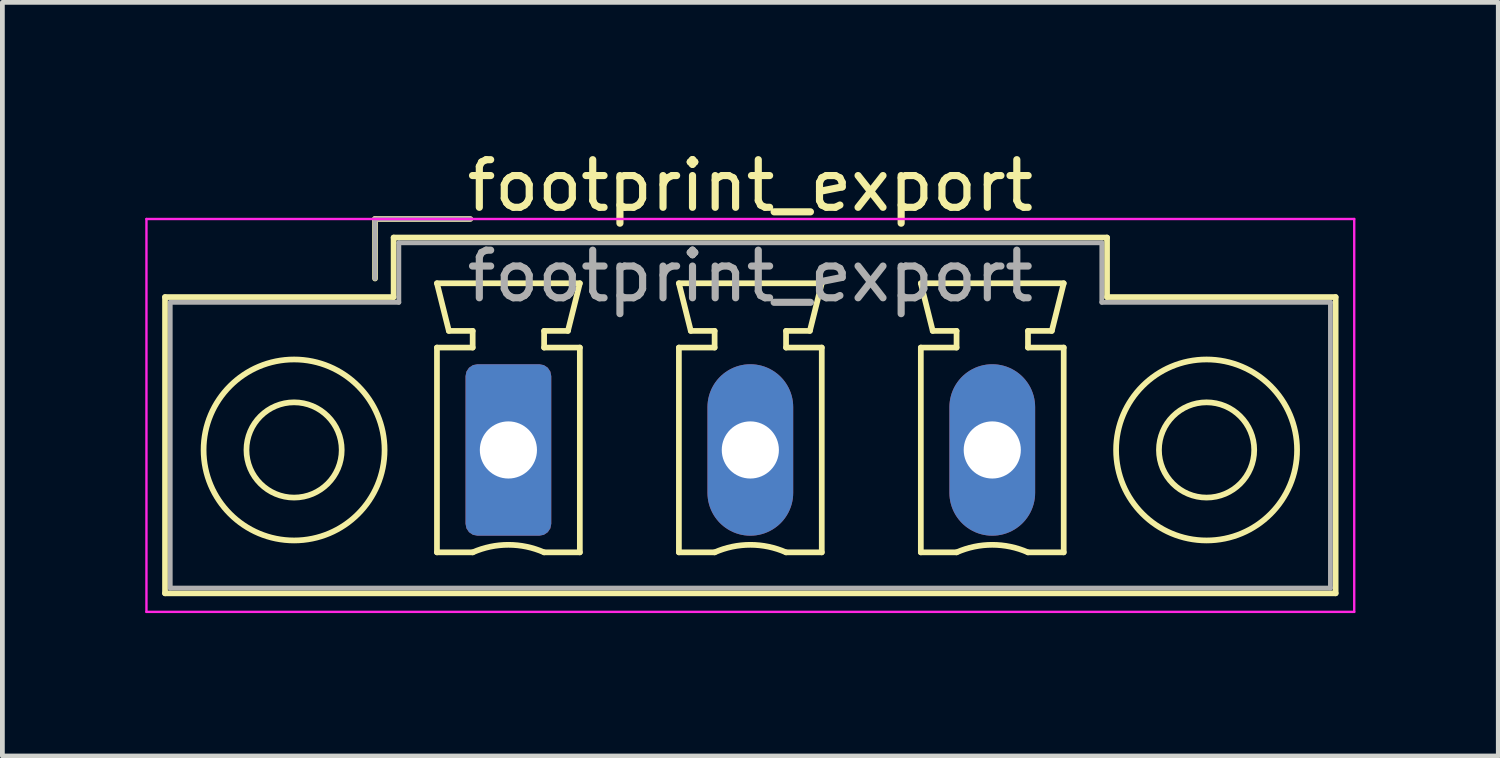
<source format=kicad_pcb>
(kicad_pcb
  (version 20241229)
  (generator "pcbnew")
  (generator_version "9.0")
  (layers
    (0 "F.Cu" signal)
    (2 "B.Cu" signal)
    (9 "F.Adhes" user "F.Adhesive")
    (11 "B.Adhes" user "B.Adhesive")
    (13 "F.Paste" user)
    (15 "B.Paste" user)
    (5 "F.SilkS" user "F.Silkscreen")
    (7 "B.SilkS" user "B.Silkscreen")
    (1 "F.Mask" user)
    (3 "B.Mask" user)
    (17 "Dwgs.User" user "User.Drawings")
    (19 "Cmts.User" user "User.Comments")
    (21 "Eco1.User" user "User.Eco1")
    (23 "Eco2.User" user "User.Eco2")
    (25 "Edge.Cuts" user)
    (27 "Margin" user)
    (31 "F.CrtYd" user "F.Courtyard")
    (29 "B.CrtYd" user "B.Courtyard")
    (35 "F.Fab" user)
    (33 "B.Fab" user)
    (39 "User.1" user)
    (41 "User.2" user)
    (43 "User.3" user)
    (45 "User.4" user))
  (footprint "footprint_export"
    (layer "F.Cu")
    (at 7.625 6.398)
    (property "Reference" "footprint_export" (at 5.08 -5.55 0) (layer "F.SilkS") (effects (font (size 1 1) (thickness 0.15))))
    (attr through_hole)
    (fp_line (start -7.21 -3.21) (end -7.21 3.01) (stroke (width 0.12) (type solid)) (layer "F.SilkS"))
    (fp_line (start -7.21 3.01) (end 17.37 3.01) (stroke (width 0.12) (type solid)) (layer "F.SilkS"))
    (fp_line (start -2.8 -4.85) (end -0.8 -4.85) (stroke (width 0.12) (type solid)) (layer "F.SilkS"))
    (fp_line (start -2.8 -3.6) (end -2.8 -4.85) (stroke (width 0.12) (type solid)) (layer "F.SilkS"))
    (fp_line (start -2.41 -4.46) (end -2.41 -3.21) (stroke (width 0.12) (type solid)) (layer "F.SilkS"))
    (fp_line (start -2.41 -3.21) (end -7.21 -3.21) (stroke (width 0.12) (type solid)) (layer "F.SilkS"))
    (fp_line (start -1.5 -3.5) (end 1.5 -3.5) (stroke (width 0.12) (type solid)) (layer "F.SilkS"))
    (fp_line (start -1.5 -2.15) (end -0.75 -2.15) (stroke (width 0.12) (type solid)) (layer "F.SilkS"))
    (fp_line (start -1.5 2.15) (end -1.5 -2.15) (stroke (width 0.12) (type solid)) (layer "F.SilkS"))
    (fp_line (start -1.25 -2.5) (end -1.5 -3.5) (stroke (width 0.12) (type solid)) (layer "F.SilkS"))
    (fp_line (start -0.75 -2.5) (end -1.25 -2.5) (stroke (width 0.12) (type solid)) (layer "F.SilkS"))
    (fp_line (start -0.75 -2.15) (end -0.75 -2.5) (stroke (width 0.12) (type solid)) (layer "F.SilkS"))
    (fp_line (start -0.75 2.15) (end -1.5 2.15) (stroke (width 0.12) (type solid)) (layer "F.SilkS"))
    (fp_line (start 0.75 -2.5) (end 0.75 -2.15) (stroke (width 0.12) (type solid)) (layer "F.SilkS"))
    (fp_line (start 0.75 -2.15) (end 1.5 -2.15) (stroke (width 0.12) (type solid)) (layer "F.SilkS"))
    (fp_line (start 1.25 -2.5) (end 0.75 -2.5) (stroke (width 0.12) (type solid)) (layer "F.SilkS"))
    (fp_line (start 1.5 -3.5) (end 1.25 -2.5) (stroke (width 0.12) (type solid)) (layer "F.SilkS"))
    (fp_line (start 1.5 -2.15) (end 1.5 2.15) (stroke (width 0.12) (type solid)) (layer "F.SilkS"))
    (fp_line (start 1.5 2.15) (end 0.75 2.15) (stroke (width 0.12) (type solid)) (layer "F.SilkS"))
    (fp_line (start 3.58 -3.5) (end 6.58 -3.5) (stroke (width 0.12) (type solid)) (layer "F.SilkS"))
    (fp_line (start 3.58 -2.15) (end 4.33 -2.15) (stroke (width 0.12) (type solid)) (layer "F.SilkS"))
    (fp_line (start 3.58 2.15) (end 3.58 -2.15) (stroke (width 0.12) (type solid)) (layer "F.SilkS"))
    (fp_line (start 3.83 -2.5) (end 3.58 -3.5) (stroke (width 0.12) (type solid)) (layer "F.SilkS"))
    (fp_line (start 4.33 -2.5) (end 3.83 -2.5) (stroke (width 0.12) (type solid)) (layer "F.SilkS"))
    (fp_line (start 4.33 -2.15) (end 4.33 -2.5) (stroke (width 0.12) (type solid)) (layer "F.SilkS"))
    (fp_line (start 4.33 2.15) (end 3.58 2.15) (stroke (width 0.12) (type solid)) (layer "F.SilkS"))
    (fp_line (start 5.83 -2.5) (end 5.83 -2.15) (stroke (width 0.12) (type solid)) (layer "F.SilkS"))
    (fp_line (start 5.83 -2.15) (end 6.58 -2.15) (stroke (width 0.12) (type solid)) (layer "F.SilkS"))
    (fp_line (start 6.33 -2.5) (end 5.83 -2.5) (stroke (width 0.12) (type solid)) (layer "F.SilkS"))
    (fp_line (start 6.58 -3.5) (end 6.33 -2.5) (stroke (width 0.12) (type solid)) (layer "F.SilkS"))
    (fp_line (start 6.58 -2.15) (end 6.58 2.15) (stroke (width 0.12) (type solid)) (layer "F.SilkS"))
    (fp_line (start 6.58 2.15) (end 5.83 2.15) (stroke (width 0.12) (type solid)) (layer "F.SilkS"))
    (fp_line (start 8.66 -3.5) (end 11.66 -3.5) (stroke (width 0.12) (type solid)) (layer "F.SilkS"))
    (fp_line (start 8.66 -2.15) (end 9.41 -2.15) (stroke (width 0.12) (type solid)) (layer "F.SilkS"))
    (fp_line (start 8.66 2.15) (end 8.66 -2.15) (stroke (width 0.12) (type solid)) (layer "F.SilkS"))
    (fp_line (start 8.91 -2.5) (end 8.66 -3.5) (stroke (width 0.12) (type solid)) (layer "F.SilkS"))
    (fp_line (start 9.41 -2.5) (end 8.91 -2.5) (stroke (width 0.12) (type solid)) (layer "F.SilkS"))
    (fp_line (start 9.41 -2.15) (end 9.41 -2.5) (stroke (width 0.12) (type solid)) (layer "F.SilkS"))
    (fp_line (start 9.41 2.15) (end 8.66 2.15) (stroke (width 0.12) (type solid)) (layer "F.SilkS"))
    (fp_line (start 10.91 -2.5) (end 10.91 -2.15) (stroke (width 0.12) (type solid)) (layer "F.SilkS"))
    (fp_line (start 10.91 -2.15) (end 11.66 -2.15) (stroke (width 0.12) (type solid)) (layer "F.SilkS"))
    (fp_line (start 11.41 -2.5) (end 10.91 -2.5) (stroke (width 0.12) (type solid)) (layer "F.SilkS"))
    (fp_line (start 11.66 -3.5) (end 11.41 -2.5) (stroke (width 0.12) (type solid)) (layer "F.SilkS"))
    (fp_line (start 11.66 -2.15) (end 11.66 2.15) (stroke (width 0.12) (type solid)) (layer "F.SilkS"))
    (fp_line (start 11.66 2.15) (end 10.91 2.15) (stroke (width 0.12) (type solid)) (layer "F.SilkS"))
    (fp_line (start 12.57 -4.46) (end -2.41 -4.46) (stroke (width 0.12) (type solid)) (layer "F.SilkS"))
    (fp_line (start 12.57 -3.21) (end 12.57 -4.46) (stroke (width 0.12) (type solid)) (layer "F.SilkS"))
    (fp_line (start 17.37 -3.21) (end 12.57 -3.21) (stroke (width 0.12) (type solid)) (layer "F.SilkS"))
    (fp_line (start 17.37 3.01) (end 17.37 -3.21) (stroke (width 0.12) (type solid)) (layer "F.SilkS"))
    (fp_arc (start -0.75 2.15) (mid -0.000193 1.99191) (end 0.749647 2.149844) (stroke (width 0.12) (type solid)) (layer "F.SilkS"))
    (fp_arc (start 4.33 2.15) (mid 5.079807 1.99191) (end 5.829647 2.149844) (stroke (width 0.12) (type solid)) (layer "F.SilkS"))
    (fp_arc (start 9.41 2.15) (mid 10.159807 1.99191) (end 10.909647 2.149844) (stroke (width 0.12) (type solid)) (layer "F.SilkS"))
    (fp_circle (center -4.5 0) (end -3.5 0) (stroke (width 0.12) (type solid)) (fill no) (layer "F.SilkS"))
    (fp_circle (center -4.5 0) (end -2.6 0) (stroke (width 0.12) (type solid)) (fill no) (layer "F.SilkS"))
    (fp_circle (center 14.66 0) (end 15.66 0) (stroke (width 0.12) (type solid)) (fill no) (layer "F.SilkS"))
    (fp_circle (center 14.66 0) (end 16.56 0) (stroke (width 0.12) (type solid)) (fill no) (layer "F.SilkS"))
    (fp_line (start -7.6 -4.85) (end -7.6 3.4) (stroke (width 0.05) (type solid)) (layer "F.CrtYd"))
    (fp_line (start -7.6 3.4) (end 17.76 3.4) (stroke (width 0.05) (type solid)) (layer "F.CrtYd"))
    (fp_line (start 17.76 -4.85) (end -7.6 -4.85) (stroke (width 0.05) (type solid)) (layer "F.CrtYd"))
    (fp_line (start 17.76 3.4) (end 17.76 -4.85) (stroke (width 0.05) (type solid)) (layer "F.CrtYd"))
    (fp_line (start -7.1 -3.1) (end -7.1 2.9) (stroke (width 0.1) (type solid)) (layer "F.Fab"))
    (fp_line (start -7.1 2.9) (end 17.26 2.9) (stroke (width 0.1) (type solid)) (layer "F.Fab"))
    (fp_line (start -2.8 -4.85) (end -0.8 -4.85) (stroke (width 0.1) (type solid)) (layer "F.Fab"))
    (fp_line (start -2.8 -3.6) (end -2.8 -4.85) (stroke (width 0.1) (type solid)) (layer "F.Fab"))
    (fp_line (start -2.3 -4.35) (end -2.3 -3.1) (stroke (width 0.1) (type solid)) (layer "F.Fab"))
    (fp_line (start -2.3 -3.1) (end -7.1 -3.1) (stroke (width 0.1) (type solid)) (layer "F.Fab"))
    (fp_line (start 12.46 -4.35) (end -2.3 -4.35) (stroke (width 0.1) (type solid)) (layer "F.Fab"))
    (fp_line (start 12.46 -3.1) (end 12.46 -4.35) (stroke (width 0.1) (type solid)) (layer "F.Fab"))
    (fp_line (start 17.26 -3.1) (end 12.46 -3.1) (stroke (width 0.1) (type solid)) (layer "F.Fab"))
    (fp_line (start 17.26 2.9) (end 17.26 -3.1) (stroke (width 0.1) (type solid)) (layer "F.Fab"))
    (fp_text user "${REFERENCE}" (at 5.08 -3.65 0) (layer "F.Fab") (effects (font (size 1 1) (thickness 0.15))))
    (pad "1" thru_hole roundrect (at 0 0) (size 1.8 3.6) (drill 1.2) (layers "*.Cu" "*.Mask") (roundrect_rratio 0.139))
    (pad "2" thru_hole oval (at 5.08 0) (size 1.8 3.6) (drill 1.2) (layers "*.Cu" "*.Mask"))
    (pad "3" thru_hole oval (at 10.16 0) (size 1.8 3.6) (drill 1.2) (layers "*.Cu" "*.Mask")))
  (gr_rect
    (start -3 -3)
    (end 28.41 12.823)
    (stroke (width 0.1) (type default))
    (fill no)
    (layer "Edge.Cuts")))
</source>
